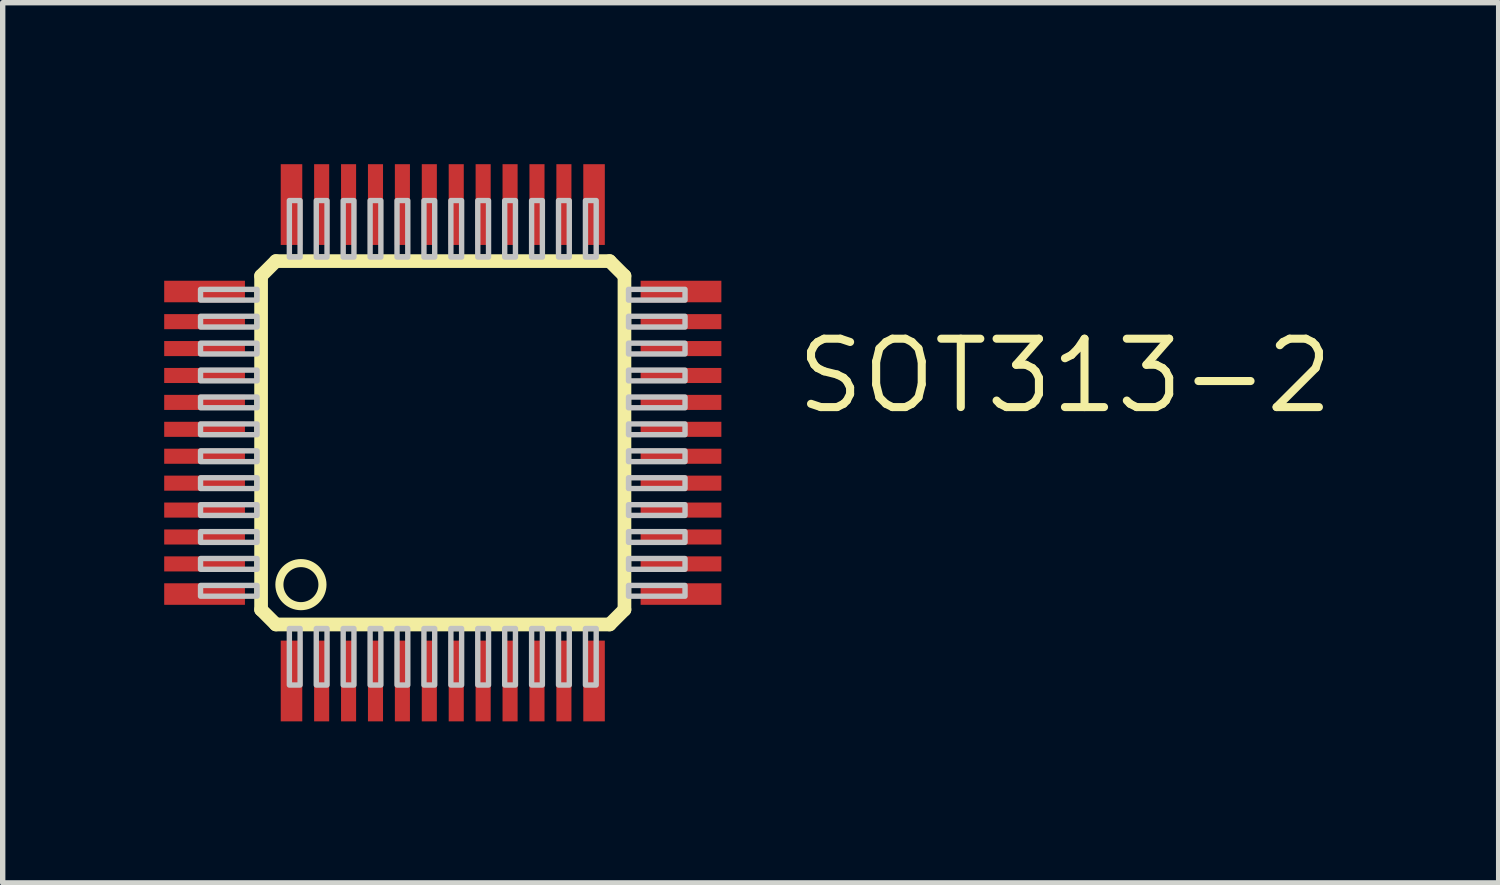
<source format=kicad_pcb>
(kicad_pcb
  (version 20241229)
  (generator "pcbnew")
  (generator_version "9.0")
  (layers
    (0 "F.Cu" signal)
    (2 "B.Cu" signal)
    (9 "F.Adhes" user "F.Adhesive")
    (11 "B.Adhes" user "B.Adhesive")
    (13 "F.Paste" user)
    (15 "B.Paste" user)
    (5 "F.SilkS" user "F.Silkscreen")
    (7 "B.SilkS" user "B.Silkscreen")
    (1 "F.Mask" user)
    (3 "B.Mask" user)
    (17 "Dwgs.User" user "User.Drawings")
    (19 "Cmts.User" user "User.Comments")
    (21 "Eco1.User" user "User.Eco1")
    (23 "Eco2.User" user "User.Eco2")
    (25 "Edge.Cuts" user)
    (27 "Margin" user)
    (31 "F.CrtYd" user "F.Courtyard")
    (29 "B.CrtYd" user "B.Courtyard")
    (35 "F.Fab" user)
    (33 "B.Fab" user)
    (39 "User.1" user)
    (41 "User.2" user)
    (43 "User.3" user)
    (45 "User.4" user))
  (footprint "SOT313-2"
    (layer "F.Cu")
    (at 5.175 5.175)
    (property "Reference" "SOT313-2" (at 6.5 -0.5 0) (layer "F.SilkS") (effects (font (size 1.27 1.27) (thickness 0.15)) (justify left bottom)))
    (attr through_hole)
    (fp_line (start -3.375 -3.1) (end -3.1 -3.375) (stroke (width 0.254) (type solid)) (layer "F.SilkS"))
    (fp_line (start -3.375 3.1) (end -3.375 -3.1) (stroke (width 0.254) (type solid)) (layer "F.SilkS"))
    (fp_line (start -3.1 -3.375) (end 3.1 -3.375) (stroke (width 0.254) (type solid)) (layer "F.SilkS"))
    (fp_line (start -3.1 3.375) (end -3.375 3.1) (stroke (width 0.254) (type solid)) (layer "F.SilkS"))
    (fp_line (start 3.1 -3.375) (end 3.375 -3.1) (stroke (width 0.254) (type solid)) (layer "F.SilkS"))
    (fp_line (start 3.1 3.375) (end -3.1 3.375) (stroke (width 0.254) (type solid)) (layer "F.SilkS"))
    (fp_line (start 3.375 -3.1) (end 3.375 3.1) (stroke (width 0.254) (type solid)) (layer "F.SilkS"))
    (fp_line (start 3.375 3.1) (end 3.1 3.375) (stroke (width 0.254) (type solid)) (layer "F.SilkS"))
    (fp_circle (center -2.635 2.635) (end -2.235 2.635) (stroke (width 0.15) (type solid)) (fill no) (layer "F.SilkS"))
    (fp_poly (pts (xy -4.5 -2.65) (xy -3.45 -2.65) (xy -3.45 -2.85) (xy -4.5 -2.85)) (stroke (width 0.1) (type solid)) (fill no) (layer "Dwgs.User"))
    (fp_poly (pts (xy -4.5 -2.15) (xy -3.45 -2.15) (xy -3.45 -2.35) (xy -4.5 -2.35)) (stroke (width 0.1) (type solid)) (fill no) (layer "Dwgs.User"))
    (fp_poly (pts (xy -4.5 -1.65) (xy -3.45 -1.65) (xy -3.45 -1.85) (xy -4.5 -1.85)) (stroke (width 0.1) (type solid)) (fill no) (layer "Dwgs.User"))
    (fp_poly (pts (xy -4.5 -1.15) (xy -3.45 -1.15) (xy -3.45 -1.35) (xy -4.5 -1.35)) (stroke (width 0.1) (type solid)) (fill no) (layer "Dwgs.User"))
    (fp_poly (pts (xy -4.5 -0.65) (xy -3.45 -0.65) (xy -3.45 -0.85) (xy -4.5 -0.85)) (stroke (width 0.1) (type solid)) (fill no) (layer "Dwgs.User"))
    (fp_poly (pts (xy -4.5 -0.15) (xy -3.45 -0.15) (xy -3.45 -0.35) (xy -4.5 -0.35)) (stroke (width 0.1) (type solid)) (fill no) (layer "Dwgs.User"))
    (fp_poly (pts (xy -4.5 0.35) (xy -3.45 0.35) (xy -3.45 0.15) (xy -4.5 0.15)) (stroke (width 0.1) (type solid)) (fill no) (layer "Dwgs.User"))
    (fp_poly (pts (xy -4.5 0.85) (xy -3.45 0.85) (xy -3.45 0.65) (xy -4.5 0.65)) (stroke (width 0.1) (type solid)) (fill no) (layer "Dwgs.User"))
    (fp_poly (pts (xy -4.5 1.35) (xy -3.45 1.35) (xy -3.45 1.15) (xy -4.5 1.15)) (stroke (width 0.1) (type solid)) (fill no) (layer "Dwgs.User"))
    (fp_poly (pts (xy -4.5 1.85) (xy -3.45 1.85) (xy -3.45 1.65) (xy -4.5 1.65)) (stroke (width 0.1) (type solid)) (fill no) (layer "Dwgs.User"))
    (fp_poly (pts (xy -4.5 2.35) (xy -3.45 2.35) (xy -3.45 2.15) (xy -4.5 2.15)) (stroke (width 0.1) (type solid)) (fill no) (layer "Dwgs.User"))
    (fp_poly (pts (xy -4.5 2.85) (xy -3.45 2.85) (xy -3.45 2.65) (xy -4.5 2.65)) (stroke (width 0.1) (type solid)) (fill no) (layer "Dwgs.User"))
    (fp_poly (pts (xy -2.85 -3.45) (xy -2.65 -3.45) (xy -2.65 -4.5) (xy -2.85 -4.5)) (stroke (width 0.1) (type solid)) (fill no) (layer "Dwgs.User"))
    (fp_poly (pts (xy -2.85 4.5) (xy -2.65 4.5) (xy -2.65 3.45) (xy -2.85 3.45)) (stroke (width 0.1) (type solid)) (fill no) (layer "Dwgs.User"))
    (fp_poly (pts (xy -2.35 -3.45) (xy -2.15 -3.45) (xy -2.15 -4.5) (xy -2.35 -4.5)) (stroke (width 0.1) (type solid)) (fill no) (layer "Dwgs.User"))
    (fp_poly (pts (xy -2.35 4.5) (xy -2.15 4.5) (xy -2.15 3.45) (xy -2.35 3.45)) (stroke (width 0.1) (type solid)) (fill no) (layer "Dwgs.User"))
    (fp_poly (pts (xy -1.85 -3.45) (xy -1.65 -3.45) (xy -1.65 -4.5) (xy -1.85 -4.5)) (stroke (width 0.1) (type solid)) (fill no) (layer "Dwgs.User"))
    (fp_poly (pts (xy -1.85 4.5) (xy -1.65 4.5) (xy -1.65 3.45) (xy -1.85 3.45)) (stroke (width 0.1) (type solid)) (fill no) (layer "Dwgs.User"))
    (fp_poly (pts (xy -1.35 -3.45) (xy -1.15 -3.45) (xy -1.15 -4.5) (xy -1.35 -4.5)) (stroke (width 0.1) (type solid)) (fill no) (layer "Dwgs.User"))
    (fp_poly (pts (xy -1.35 4.5) (xy -1.15 4.5) (xy -1.15 3.45) (xy -1.35 3.45)) (stroke (width 0.1) (type solid)) (fill no) (layer "Dwgs.User"))
    (fp_poly (pts (xy -0.85 -3.45) (xy -0.65 -3.45) (xy -0.65 -4.5) (xy -0.85 -4.5)) (stroke (width 0.1) (type solid)) (fill no) (layer "Dwgs.User"))
    (fp_poly (pts (xy -0.85 4.5) (xy -0.65 4.5) (xy -0.65 3.45) (xy -0.85 3.45)) (stroke (width 0.1) (type solid)) (fill no) (layer "Dwgs.User"))
    (fp_poly (pts (xy -0.35 -3.45) (xy -0.15 -3.45) (xy -0.15 -4.5) (xy -0.35 -4.5)) (stroke (width 0.1) (type solid)) (fill no) (layer "Dwgs.User"))
    (fp_poly (pts (xy -0.35 4.5) (xy -0.15 4.5) (xy -0.15 3.45) (xy -0.35 3.45)) (stroke (width 0.1) (type solid)) (fill no) (layer "Dwgs.User"))
    (fp_poly (pts (xy 0.15 -3.45) (xy 0.35 -3.45) (xy 0.35 -4.5) (xy 0.15 -4.5)) (stroke (width 0.1) (type solid)) (fill no) (layer "Dwgs.User"))
    (fp_poly (pts (xy 0.15 4.5) (xy 0.35 4.5) (xy 0.35 3.45) (xy 0.15 3.45)) (stroke (width 0.1) (type solid)) (fill no) (layer "Dwgs.User"))
    (fp_poly (pts (xy 0.65 -3.45) (xy 0.85 -3.45) (xy 0.85 -4.5) (xy 0.65 -4.5)) (stroke (width 0.1) (type solid)) (fill no) (layer "Dwgs.User"))
    (fp_poly (pts (xy 0.65 4.5) (xy 0.85 4.5) (xy 0.85 3.45) (xy 0.65 3.45)) (stroke (width 0.1) (type solid)) (fill no) (layer "Dwgs.User"))
    (fp_poly (pts (xy 1.15 -3.45) (xy 1.35 -3.45) (xy 1.35 -4.5) (xy 1.15 -4.5)) (stroke (width 0.1) (type solid)) (fill no) (layer "Dwgs.User"))
    (fp_poly (pts (xy 1.15 4.5) (xy 1.35 4.5) (xy 1.35 3.45) (xy 1.15 3.45)) (stroke (width 0.1) (type solid)) (fill no) (layer "Dwgs.User"))
    (fp_poly (pts (xy 1.65 -3.45) (xy 1.85 -3.45) (xy 1.85 -4.5) (xy 1.65 -4.5)) (stroke (width 0.1) (type solid)) (fill no) (layer "Dwgs.User"))
    (fp_poly (pts (xy 1.65 4.5) (xy 1.85 4.5) (xy 1.85 3.45) (xy 1.65 3.45)) (stroke (width 0.1) (type solid)) (fill no) (layer "Dwgs.User"))
    (fp_poly (pts (xy 2.15 -3.45) (xy 2.35 -3.45) (xy 2.35 -4.5) (xy 2.15 -4.5)) (stroke (width 0.1) (type solid)) (fill no) (layer "Dwgs.User"))
    (fp_poly (pts (xy 2.15 4.5) (xy 2.35 4.5) (xy 2.35 3.45) (xy 2.15 3.45)) (stroke (width 0.1) (type solid)) (fill no) (layer "Dwgs.User"))
    (fp_poly (pts (xy 2.65 -3.45) (xy 2.85 -3.45) (xy 2.85 -4.5) (xy 2.65 -4.5)) (stroke (width 0.1) (type solid)) (fill no) (layer "Dwgs.User"))
    (fp_poly (pts (xy 2.65 4.5) (xy 2.85 4.5) (xy 2.85 3.45) (xy 2.65 3.45)) (stroke (width 0.1) (type solid)) (fill no) (layer "Dwgs.User"))
    (fp_poly (pts (xy 3.45 -2.65) (xy 4.5 -2.65) (xy 4.5 -2.85) (xy 3.45 -2.85)) (stroke (width 0.1) (type solid)) (fill no) (layer "Dwgs.User"))
    (fp_poly (pts (xy 3.45 -2.15) (xy 4.5 -2.15) (xy 4.5 -2.35) (xy 3.45 -2.35)) (stroke (width 0.1) (type solid)) (fill no) (layer "Dwgs.User"))
    (fp_poly (pts (xy 3.45 -1.65) (xy 4.5 -1.65) (xy 4.5 -1.85) (xy 3.45 -1.85)) (stroke (width 0.1) (type solid)) (fill no) (layer "Dwgs.User"))
    (fp_poly (pts (xy 3.45 -1.15) (xy 4.5 -1.15) (xy 4.5 -1.35) (xy 3.45 -1.35)) (stroke (width 0.1) (type solid)) (fill no) (layer "Dwgs.User"))
    (fp_poly (pts (xy 3.45 -0.65) (xy 4.5 -0.65) (xy 4.5 -0.85) (xy 3.45 -0.85)) (stroke (width 0.1) (type solid)) (fill no) (layer "Dwgs.User"))
    (fp_poly (pts (xy 3.45 -0.15) (xy 4.5 -0.15) (xy 4.5 -0.35) (xy 3.45 -0.35)) (stroke (width 0.1) (type solid)) (fill no) (layer "Dwgs.User"))
    (fp_poly (pts (xy 3.45 0.35) (xy 4.5 0.35) (xy 4.5 0.15) (xy 3.45 0.15)) (stroke (width 0.1) (type solid)) (fill no) (layer "Dwgs.User"))
    (fp_poly (pts (xy 3.45 0.85) (xy 4.5 0.85) (xy 4.5 0.65) (xy 3.45 0.65)) (stroke (width 0.1) (type solid)) (fill no) (layer "Dwgs.User"))
    (fp_poly (pts (xy 3.45 1.35) (xy 4.5 1.35) (xy 4.5 1.15) (xy 3.45 1.15)) (stroke (width 0.1) (type solid)) (fill no) (layer "Dwgs.User"))
    (fp_poly (pts (xy 3.45 1.85) (xy 4.5 1.85) (xy 4.5 1.65) (xy 3.45 1.65)) (stroke (width 0.1) (type solid)) (fill no) (layer "Dwgs.User"))
    (fp_poly (pts (xy 3.45 2.35) (xy 4.5 2.35) (xy 4.5 2.15) (xy 3.45 2.15)) (stroke (width 0.1) (type solid)) (fill no) (layer "Dwgs.User"))
    (fp_poly (pts (xy 3.45 2.85) (xy 4.5 2.85) (xy 4.5 2.65) (xy 3.45 2.65)) (stroke (width 0.1) (type solid)) (fill no) (layer "Dwgs.User"))
    (pad "1" smd rect (at -2.81 4.425) (size 0.4 1.5) (layers "F.Cu" "F.Mask" "F.Paste"))
    (pad "2" smd rect (at -2.25 4.425) (size 0.28 1.5) (layers "F.Cu" "F.Mask" "F.Paste"))
    (pad "3" smd rect (at -1.75 4.425) (size 0.28 1.5) (layers "F.Cu" "F.Mask" "F.Paste"))
    (pad "4" smd rect (at -1.25 4.425) (size 0.28 1.5) (layers "F.Cu" "F.Mask" "F.Paste"))
    (pad "5" smd rect (at -0.75 4.425) (size 0.28 1.5) (layers "F.Cu" "F.Mask" "F.Paste"))
    (pad "6" smd rect (at -0.25 4.425) (size 0.28 1.5) (layers "F.Cu" "F.Mask" "F.Paste"))
    (pad "7" smd rect (at 0.25 4.425) (size 0.28 1.5) (layers "F.Cu" "F.Mask" "F.Paste"))
    (pad "8" smd rect (at 0.75 4.425) (size 0.28 1.5) (layers "F.Cu" "F.Mask" "F.Paste"))
    (pad "9" smd rect (at 1.25 4.425) (size 0.28 1.5) (layers "F.Cu" "F.Mask" "F.Paste"))
    (pad "10" smd rect (at 1.75 4.425) (size 0.28 1.5) (layers "F.Cu" "F.Mask" "F.Paste"))
    (pad "11" smd rect (at 2.25 4.425) (size 0.28 1.5) (layers "F.Cu" "F.Mask" "F.Paste"))
    (pad "12" smd rect (at 2.81 4.425) (size 0.4 1.5) (layers "F.Cu" "F.Mask" "F.Paste"))
    (pad "13" smd rect (at 4.425 2.81) (size 1.5 0.4) (layers "F.Cu" "F.Mask" "F.Paste"))
    (pad "14" smd rect (at 4.425 2.25) (size 1.5 0.28) (layers "F.Cu" "F.Mask" "F.Paste"))
    (pad "15" smd rect (at 4.425 1.75) (size 1.5 0.28) (layers "F.Cu" "F.Mask" "F.Paste"))
    (pad "16" smd rect (at 4.425 1.25) (size 1.5 0.28) (layers "F.Cu" "F.Mask" "F.Paste"))
    (pad "17" smd rect (at 4.425 0.75) (size 1.5 0.28) (layers "F.Cu" "F.Mask" "F.Paste"))
    (pad "18" smd rect (at 4.425 0.25) (size 1.5 0.28) (layers "F.Cu" "F.Mask" "F.Paste"))
    (pad "19" smd rect (at 4.425 -0.25) (size 1.5 0.28) (layers "F.Cu" "F.Mask" "F.Paste"))
    (pad "20" smd rect (at 4.425 -0.75) (size 1.5 0.28) (layers "F.Cu" "F.Mask" "F.Paste"))
    (pad "21" smd rect (at 4.425 -1.25) (size 1.5 0.28) (layers "F.Cu" "F.Mask" "F.Paste"))
    (pad "22" smd rect (at 4.425 -1.75) (size 1.5 0.28) (layers "F.Cu" "F.Mask" "F.Paste"))
    (pad "23" smd rect (at 4.425 -2.25) (size 1.5 0.28) (layers "F.Cu" "F.Mask" "F.Paste"))
    (pad "24" smd rect (at 4.425 -2.81) (size 1.5 0.4) (layers "F.Cu" "F.Mask" "F.Paste"))
    (pad "25" smd rect (at 2.81 -4.425) (size 0.4 1.5) (layers "F.Cu" "F.Mask" "F.Paste"))
    (pad "26" smd rect (at 2.25 -4.425) (size 0.28 1.5) (layers "F.Cu" "F.Mask" "F.Paste"))
    (pad "27" smd rect (at 1.75 -4.425) (size 0.28 1.5) (layers "F.Cu" "F.Mask" "F.Paste"))
    (pad "28" smd rect (at 1.25 -4.425) (size 0.28 1.5) (layers "F.Cu" "F.Mask" "F.Paste"))
    (pad "29" smd rect (at 0.75 -4.425) (size 0.28 1.5) (layers "F.Cu" "F.Mask" "F.Paste"))
    (pad "30" smd rect (at 0.25 -4.425) (size 0.28 1.5) (layers "F.Cu" "F.Mask" "F.Paste"))
    (pad "31" smd rect (at -0.25 -4.425) (size 0.28 1.5) (layers "F.Cu" "F.Mask" "F.Paste"))
    (pad "32" smd rect (at -0.75 -4.425) (size 0.28 1.5) (layers "F.Cu" "F.Mask" "F.Paste"))
    (pad "33" smd rect (at -1.25 -4.425) (size 0.28 1.5) (layers "F.Cu" "F.Mask" "F.Paste"))
    (pad "34" smd rect (at -1.75 -4.425) (size 0.28 1.5) (layers "F.Cu" "F.Mask" "F.Paste"))
    (pad "35" smd rect (at -2.25 -4.425) (size 0.28 1.5) (layers "F.Cu" "F.Mask" "F.Paste"))
    (pad "36" smd rect (at -2.81 -4.425) (size 0.4 1.5) (layers "F.Cu" "F.Mask" "F.Paste"))
    (pad "37" smd rect (at -4.425 -2.81) (size 1.5 0.4) (layers "F.Cu" "F.Mask" "F.Paste"))
    (pad "38" smd rect (at -4.425 -2.25) (size 1.5 0.28) (layers "F.Cu" "F.Mask" "F.Paste"))
    (pad "39" smd rect (at -4.425 -1.75) (size 1.5 0.28) (layers "F.Cu" "F.Mask" "F.Paste"))
    (pad "40" smd rect (at -4.425 -1.25) (size 1.5 0.28) (layers "F.Cu" "F.Mask" "F.Paste"))
    (pad "41" smd rect (at -4.425 -0.75) (size 1.5 0.28) (layers "F.Cu" "F.Mask" "F.Paste"))
    (pad "42" smd rect (at -4.425 -0.25) (size 1.5 0.28) (layers "F.Cu" "F.Mask" "F.Paste"))
    (pad "43" smd rect (at -4.425 0.25) (size 1.5 0.28) (layers "F.Cu" "F.Mask" "F.Paste"))
    (pad "44" smd rect (at -4.425 0.75) (size 1.5 0.28) (layers "F.Cu" "F.Mask" "F.Paste"))
    (pad "45" smd rect (at -4.425 1.25) (size 1.5 0.28) (layers "F.Cu" "F.Mask" "F.Paste"))
    (pad "46" smd rect (at -4.425 1.75) (size 1.5 0.28) (layers "F.Cu" "F.Mask" "F.Paste"))
    (pad "47" smd rect (at -4.425 2.25) (size 1.5 0.28) (layers "F.Cu" "F.Mask" "F.Paste"))
    (pad "48" smd rect (at -4.425 2.81) (size 1.5 0.4) (layers "F.Cu" "F.Mask" "F.Paste")))
  (gr_rect
    (start -3 -3)
    (end 24.789 13.35)
    (stroke (width 0.1) (type default))
    (fill no)
    (layer "Edge.Cuts")))
</source>
